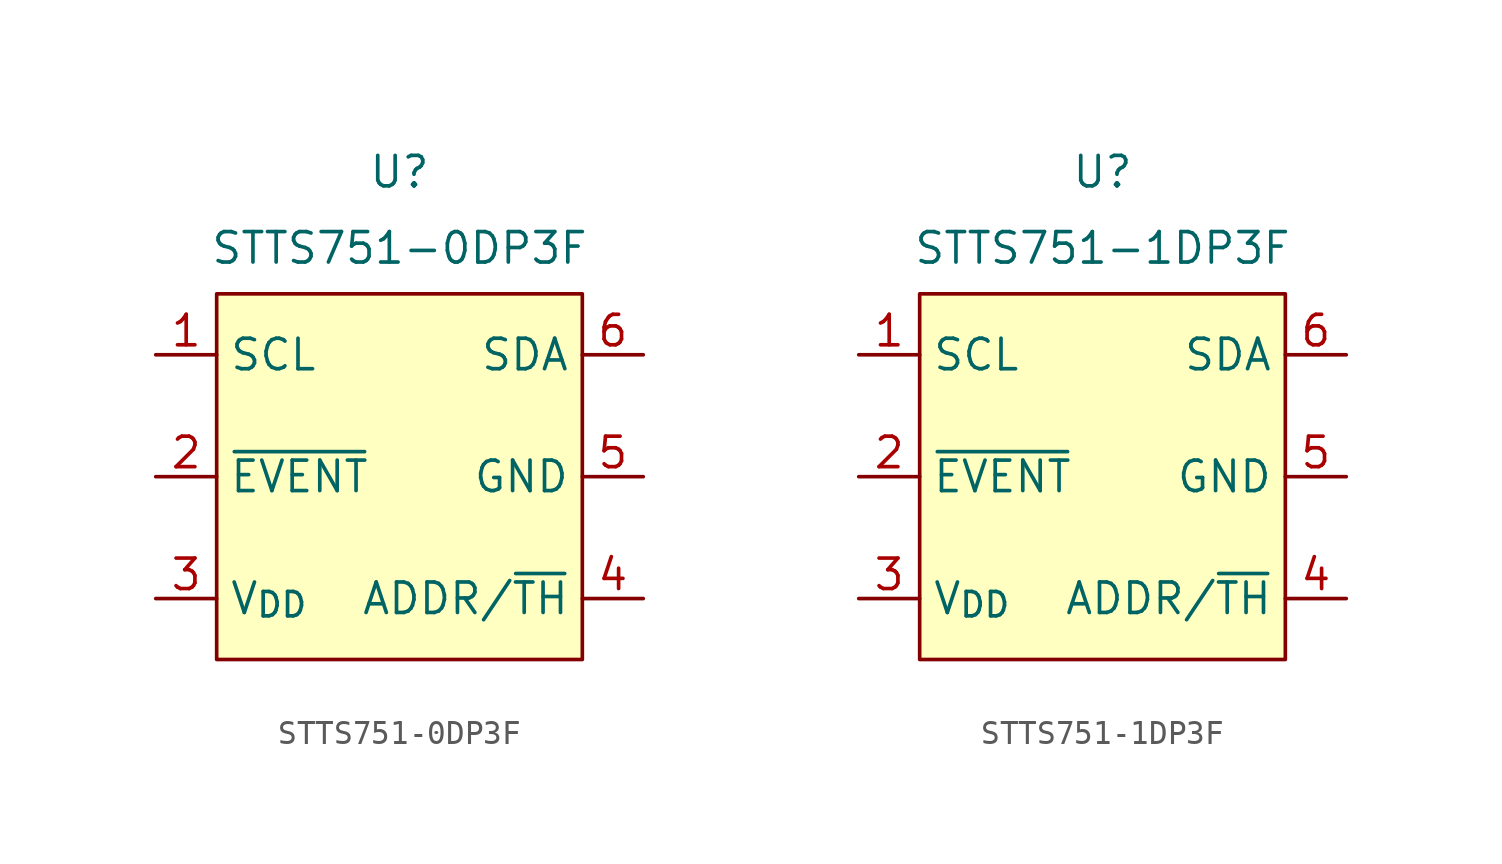
<source format=kicad_sym>
(kicad_symbol_lib
  (version 20210619)
  (generator kicad_symbol_editor)
  (symbol "ulib_STTS751:STTS751-0DP3F"
    (property "Reference" "U"
      (at 0 15.24 0)
      (effects (font (size 1.27 1.27))))
    (property "Value" "STTS751-0DP3F"
      (at 0 12.065 0)
      (effects (font (size 1.27 1.27))))
    (symbol "STTS751-0DP3F_0_1"
      (rectangle (start -7.62 10.16) (end 7.62 -5.08) (stroke (width 0.152)) (fill (type background))))
    (symbol "STTS751-0DP3F_1_1"
      (pin input line (at -10.16 7.62 0) (length 2.54) (name "SCL" (effects (font (size 1.27 1.27)))) (number "1" (effects (font (size 1.27 1.27)))))
      (pin output line (at -10.16 2.54 0) (length 2.54) (name "~{EVENT}" (effects (font (size 1.27 1.27)))) (number "2" (effects (font (size 1.27 1.27)))))
      (pin input line (at -10.16 -2.54 0) (length 2.54) (name "V_{DD}" (effects (font (size 1.27 1.27)))) (number "3" (effects (font (size 1.27 1.27)))))
      (pin output line (at 10.16 -2.54 180) (length 2.54) (name "ADDR/~{TH}" (effects (font (size 1.27 1.27)))) (number "4" (effects (font (size 1.27 1.27)))))
      (pin input line (at 10.16 2.54 180) (length 2.54) (name "GND" (effects (font (size 1.27 1.27)))) (number "5" (effects (font (size 1.27 1.27)))))
      (pin bidirectional line (at 10.16 7.62 180) (length 2.54) (name "SDA" (effects (font (size 1.27 1.27)))) (number "6" (effects (font (size 1.27 1.27)))))))
  (symbol "ulib_STTS751:STTS751-1DP3F"
    (property "Reference" "U"
      (at 0 15.24 0)
      (effects (font (size 1.27 1.27))))
    (property "Value" "STTS751-1DP3F"
      (at 0 12.065 0)
      (effects (font (size 1.27 1.27))))
    (symbol "STTS751-1DP3F_0_1"
      (rectangle (start -7.62 10.16) (end 7.62 -5.08) (stroke (width 0.152)) (fill (type background))))
    (symbol "STTS751-1DP3F_1_1"
      (pin input line (at -10.16 7.62 0) (length 2.54) (name "SCL" (effects (font (size 1.27 1.27)))) (number "1" (effects (font (size 1.27 1.27)))))
      (pin output line (at -10.16 2.54 0) (length 2.54) (name "~{EVENT}" (effects (font (size 1.27 1.27)))) (number "2" (effects (font (size 1.27 1.27)))))
      (pin input line (at -10.16 -2.54 0) (length 2.54) (name "V_{DD}" (effects (font (size 1.27 1.27)))) (number "3" (effects (font (size 1.27 1.27)))))
      (pin output line (at 10.16 -2.54 180) (length 2.54) (name "ADDR/~{TH}" (effects (font (size 1.27 1.27)))) (number "4" (effects (font (size 1.27 1.27)))))
      (pin input line (at 10.16 2.54 180) (length 2.54) (name "GND" (effects (font (size 1.27 1.27)))) (number "5" (effects (font (size 1.27 1.27)))))
      (pin bidirectional line (at 10.16 7.62 180) (length 2.54) (name "SDA" (effects (font (size 1.27 1.27)))) (number "6" (effects (font (size 1.27 1.27))))))))
</source>
